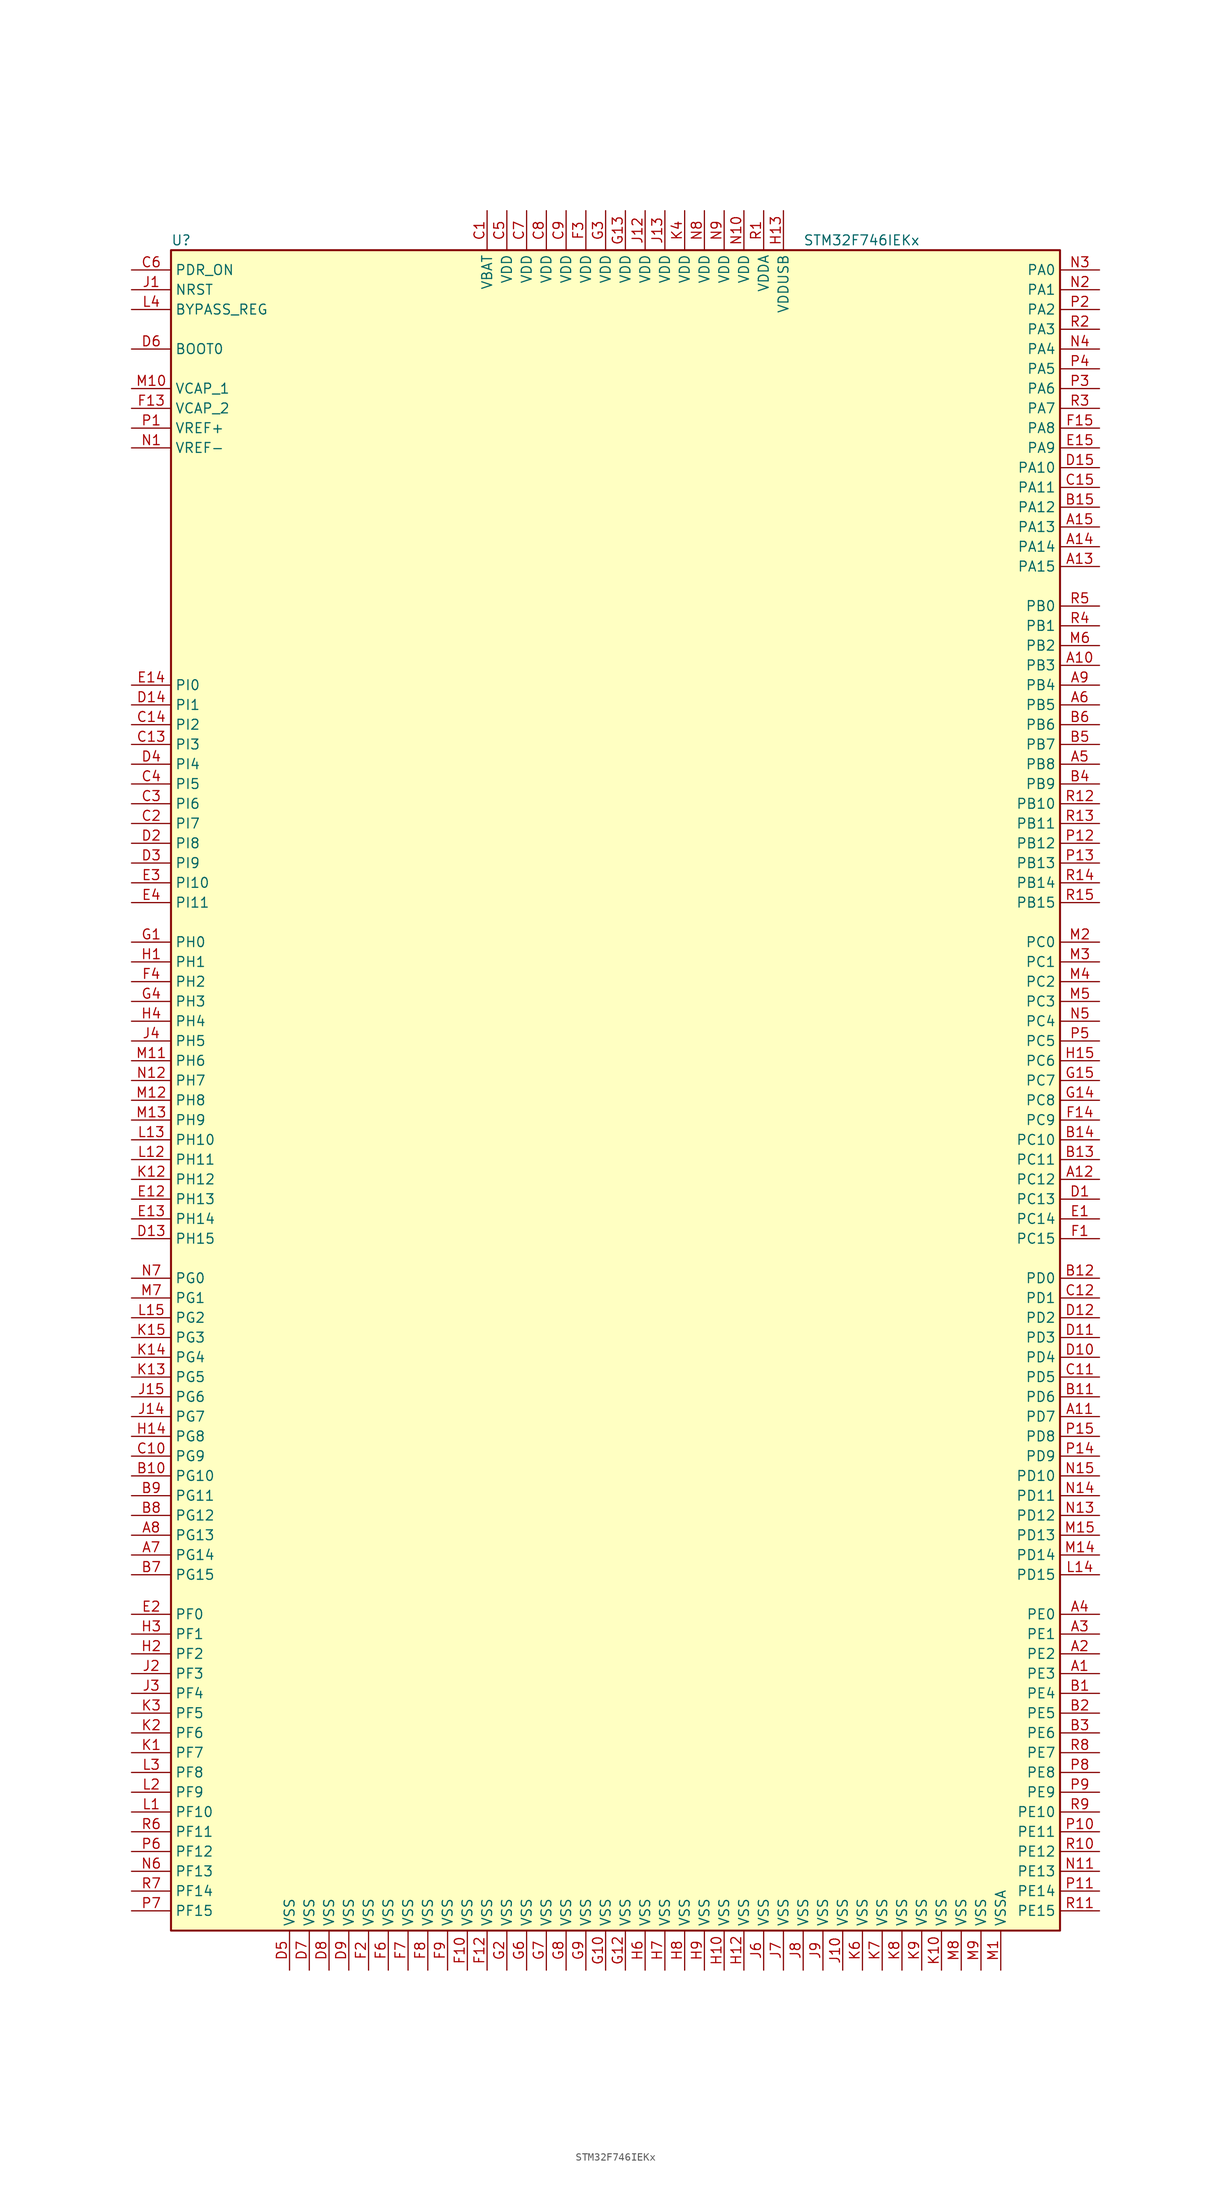
<source format=kicad_sym>
(kicad_symbol_lib
  (version 20211014)
  (generator kicad_symbol_editor)
  (symbol "STM32F746IEKx"
    (property "Reference" "U"
      (at -58.42 107.95 0)
      (effects (font (size 1.27 1.27)) (justify left)))
    (property "Value" "STM32F746IEKx"
      (at 22.86 107.95 0)
      (effects (font (size 1.27 1.27)) (justify left)))
    (symbol "STM32F746IEKx_0_1"
      (rectangle (start -58.42 -109.22) (end 55.88 106.68) (stroke (width 0.254) (type default) (color 0 0 0 0)) (fill (type background))))
    (symbol "STM32F746IEKx_1_1"
      (pin bidirectional line (at 60.96 -76.2 180) (length 5.08) (name "PE3" (effects (font (size 1.27 1.27)))) (number "A1" (effects (font (size 1.27 1.27)))))
      (pin bidirectional line (at 60.96 53.34 180) (length 5.08) (name "PB3" (effects (font (size 1.27 1.27)))) (number "A10" (effects (font (size 1.27 1.27)))))
      (pin bidirectional line (at 60.96 -43.18 180) (length 5.08) (name "PD7" (effects (font (size 1.27 1.27)))) (number "A11" (effects (font (size 1.27 1.27)))))
      (pin bidirectional line (at 60.96 -12.7 180) (length 5.08) (name "PC12" (effects (font (size 1.27 1.27)))) (number "A12" (effects (font (size 1.27 1.27)))))
      (pin bidirectional line (at 60.96 66.04 180) (length 5.08) (name "PA15" (effects (font (size 1.27 1.27)))) (number "A13" (effects (font (size 1.27 1.27)))))
      (pin bidirectional line (at 60.96 68.58 180) (length 5.08) (name "PA14" (effects (font (size 1.27 1.27)))) (number "A14" (effects (font (size 1.27 1.27)))))
      (pin bidirectional line (at 60.96 71.12 180) (length 5.08) (name "PA13" (effects (font (size 1.27 1.27)))) (number "A15" (effects (font (size 1.27 1.27)))))
      (pin bidirectional line (at 60.96 -73.66 180) (length 5.08) (name "PE2" (effects (font (size 1.27 1.27)))) (number "A2" (effects (font (size 1.27 1.27)))))
      (pin bidirectional line (at 60.96 -71.12 180) (length 5.08) (name "PE1" (effects (font (size 1.27 1.27)))) (number "A3" (effects (font (size 1.27 1.27)))))
      (pin bidirectional line (at 60.96 -68.58 180) (length 5.08) (name "PE0" (effects (font (size 1.27 1.27)))) (number "A4" (effects (font (size 1.27 1.27)))))
      (pin bidirectional line (at 60.96 40.64 180) (length 5.08) (name "PB8" (effects (font (size 1.27 1.27)))) (number "A5" (effects (font (size 1.27 1.27)))))
      (pin bidirectional line (at 60.96 48.26 180) (length 5.08) (name "PB5" (effects (font (size 1.27 1.27)))) (number "A6" (effects (font (size 1.27 1.27)))))
      (pin bidirectional line (at -63.5 -60.96 0) (length 5.08) (name "PG14" (effects (font (size 1.27 1.27)))) (number "A7" (effects (font (size 1.27 1.27)))))
      (pin bidirectional line (at -63.5 -58.42 0) (length 5.08) (name "PG13" (effects (font (size 1.27 1.27)))) (number "A8" (effects (font (size 1.27 1.27)))))
      (pin bidirectional line (at 60.96 50.8 180) (length 5.08) (name "PB4" (effects (font (size 1.27 1.27)))) (number "A9" (effects (font (size 1.27 1.27)))))
      (pin bidirectional line (at 60.96 -78.74 180) (length 5.08) (name "PE4" (effects (font (size 1.27 1.27)))) (number "B1" (effects (font (size 1.27 1.27)))))
      (pin bidirectional line (at -63.5 -50.8 0) (length 5.08) (name "PG10" (effects (font (size 1.27 1.27)))) (number "B10" (effects (font (size 1.27 1.27)))))
      (pin bidirectional line (at 60.96 -40.64 180) (length 5.08) (name "PD6" (effects (font (size 1.27 1.27)))) (number "B11" (effects (font (size 1.27 1.27)))))
      (pin bidirectional line (at 60.96 -25.4 180) (length 5.08) (name "PD0" (effects (font (size 1.27 1.27)))) (number "B12" (effects (font (size 1.27 1.27)))))
      (pin bidirectional line (at 60.96 -10.16 180) (length 5.08) (name "PC11" (effects (font (size 1.27 1.27)))) (number "B13" (effects (font (size 1.27 1.27)))))
      (pin bidirectional line (at 60.96 -7.62 180) (length 5.08) (name "PC10" (effects (font (size 1.27 1.27)))) (number "B14" (effects (font (size 1.27 1.27)))))
      (pin bidirectional line (at 60.96 73.66 180) (length 5.08) (name "PA12" (effects (font (size 1.27 1.27)))) (number "B15" (effects (font (size 1.27 1.27)))))
      (pin bidirectional line (at 60.96 -81.28 180) (length 5.08) (name "PE5" (effects (font (size 1.27 1.27)))) (number "B2" (effects (font (size 1.27 1.27)))))
      (pin bidirectional line (at 60.96 -83.82 180) (length 5.08) (name "PE6" (effects (font (size 1.27 1.27)))) (number "B3" (effects (font (size 1.27 1.27)))))
      (pin bidirectional line (at 60.96 38.1 180) (length 5.08) (name "PB9" (effects (font (size 1.27 1.27)))) (number "B4" (effects (font (size 1.27 1.27)))))
      (pin bidirectional line (at 60.96 43.18 180) (length 5.08) (name "PB7" (effects (font (size 1.27 1.27)))) (number "B5" (effects (font (size 1.27 1.27)))))
      (pin bidirectional line (at 60.96 45.72 180) (length 5.08) (name "PB6" (effects (font (size 1.27 1.27)))) (number "B6" (effects (font (size 1.27 1.27)))))
      (pin bidirectional line (at -63.5 -63.5 0) (length 5.08) (name "PG15" (effects (font (size 1.27 1.27)))) (number "B7" (effects (font (size 1.27 1.27)))))
      (pin bidirectional line (at -63.5 -55.88 0) (length 5.08) (name "PG12" (effects (font (size 1.27 1.27)))) (number "B8" (effects (font (size 1.27 1.27)))))
      (pin bidirectional line (at -63.5 -53.34 0) (length 5.08) (name "PG11" (effects (font (size 1.27 1.27)))) (number "B9" (effects (font (size 1.27 1.27)))))
      (pin power_in line (at -17.78 111.76 270) (length 5.08) (name "VBAT" (effects (font (size 1.27 1.27)))) (number "C1" (effects (font (size 1.27 1.27)))))
      (pin bidirectional line (at -63.5 -48.26 0) (length 5.08) (name "PG9" (effects (font (size 1.27 1.27)))) (number "C10" (effects (font (size 1.27 1.27)))))
      (pin bidirectional line (at 60.96 -38.1 180) (length 5.08) (name "PD5" (effects (font (size 1.27 1.27)))) (number "C11" (effects (font (size 1.27 1.27)))))
      (pin bidirectional line (at 60.96 -27.94 180) (length 5.08) (name "PD1" (effects (font (size 1.27 1.27)))) (number "C12" (effects (font (size 1.27 1.27)))))
      (pin bidirectional line (at -63.5 43.18 0) (length 5.08) (name "PI3" (effects (font (size 1.27 1.27)))) (number "C13" (effects (font (size 1.27 1.27)))))
      (pin bidirectional line (at -63.5 45.72 0) (length 5.08) (name "PI2" (effects (font (size 1.27 1.27)))) (number "C14" (effects (font (size 1.27 1.27)))))
      (pin bidirectional line (at 60.96 76.2 180) (length 5.08) (name "PA11" (effects (font (size 1.27 1.27)))) (number "C15" (effects (font (size 1.27 1.27)))))
      (pin bidirectional line (at -63.5 33.02 0) (length 5.08) (name "PI7" (effects (font (size 1.27 1.27)))) (number "C2" (effects (font (size 1.27 1.27)))))
      (pin bidirectional line (at -63.5 35.56 0) (length 5.08) (name "PI6" (effects (font (size 1.27 1.27)))) (number "C3" (effects (font (size 1.27 1.27)))))
      (pin bidirectional line (at -63.5 38.1 0) (length 5.08) (name "PI5" (effects (font (size 1.27 1.27)))) (number "C4" (effects (font (size 1.27 1.27)))))
      (pin power_in line (at -15.24 111.76 270) (length 5.08) (name "VDD" (effects (font (size 1.27 1.27)))) (number "C5" (effects (font (size 1.27 1.27)))))
      (pin input line (at -63.5 104.14 0) (length 5.08) (name "PDR_ON" (effects (font (size 1.27 1.27)))) (number "C6" (effects (font (size 1.27 1.27)))))
      (pin power_in line (at -12.7 111.76 270) (length 5.08) (name "VDD" (effects (font (size 1.27 1.27)))) (number "C7" (effects (font (size 1.27 1.27)))))
      (pin power_in line (at -10.16 111.76 270) (length 5.08) (name "VDD" (effects (font (size 1.27 1.27)))) (number "C8" (effects (font (size 1.27 1.27)))))
      (pin power_in line (at -7.62 111.76 270) (length 5.08) (name "VDD" (effects (font (size 1.27 1.27)))) (number "C9" (effects (font (size 1.27 1.27)))))
      (pin bidirectional line (at 60.96 -15.24 180) (length 5.08) (name "PC13" (effects (font (size 1.27 1.27)))) (number "D1" (effects (font (size 1.27 1.27)))))
      (pin bidirectional line (at 60.96 -35.56 180) (length 5.08) (name "PD4" (effects (font (size 1.27 1.27)))) (number "D10" (effects (font (size 1.27 1.27)))))
      (pin bidirectional line (at 60.96 -33.02 180) (length 5.08) (name "PD3" (effects (font (size 1.27 1.27)))) (number "D11" (effects (font (size 1.27 1.27)))))
      (pin bidirectional line (at 60.96 -30.48 180) (length 5.08) (name "PD2" (effects (font (size 1.27 1.27)))) (number "D12" (effects (font (size 1.27 1.27)))))
      (pin bidirectional line (at -63.5 -20.32 0) (length 5.08) (name "PH15" (effects (font (size 1.27 1.27)))) (number "D13" (effects (font (size 1.27 1.27)))))
      (pin bidirectional line (at -63.5 48.26 0) (length 5.08) (name "PI1" (effects (font (size 1.27 1.27)))) (number "D14" (effects (font (size 1.27 1.27)))))
      (pin bidirectional line (at 60.96 78.74 180) (length 5.08) (name "PA10" (effects (font (size 1.27 1.27)))) (number "D15" (effects (font (size 1.27 1.27)))))
      (pin bidirectional line (at -63.5 30.48 0) (length 5.08) (name "PI8" (effects (font (size 1.27 1.27)))) (number "D2" (effects (font (size 1.27 1.27)))))
      (pin bidirectional line (at -63.5 27.94 0) (length 5.08) (name "PI9" (effects (font (size 1.27 1.27)))) (number "D3" (effects (font (size 1.27 1.27)))))
      (pin bidirectional line (at -63.5 40.64 0) (length 5.08) (name "PI4" (effects (font (size 1.27 1.27)))) (number "D4" (effects (font (size 1.27 1.27)))))
      (pin power_in line (at -43.18 -114.3 90) (length 5.08) (name "VSS" (effects (font (size 1.27 1.27)))) (number "D5" (effects (font (size 1.27 1.27)))))
      (pin input line (at -63.5 93.98 0) (length 5.08) (name "BOOT0" (effects (font (size 1.27 1.27)))) (number "D6" (effects (font (size 1.27 1.27)))))
      (pin power_in line (at -40.64 -114.3 90) (length 5.08) (name "VSS" (effects (font (size 1.27 1.27)))) (number "D7" (effects (font (size 1.27 1.27)))))
      (pin power_in line (at -38.1 -114.3 90) (length 5.08) (name "VSS" (effects (font (size 1.27 1.27)))) (number "D8" (effects (font (size 1.27 1.27)))))
      (pin power_in line (at -35.56 -114.3 90) (length 5.08) (name "VSS" (effects (font (size 1.27 1.27)))) (number "D9" (effects (font (size 1.27 1.27)))))
      (pin bidirectional line (at 60.96 -17.78 180) (length 5.08) (name "PC14" (effects (font (size 1.27 1.27)))) (number "E1" (effects (font (size 1.27 1.27)))))
      (pin bidirectional line (at -63.5 -15.24 0) (length 5.08) (name "PH13" (effects (font (size 1.27 1.27)))) (number "E12" (effects (font (size 1.27 1.27)))))
      (pin bidirectional line (at -63.5 -17.78 0) (length 5.08) (name "PH14" (effects (font (size 1.27 1.27)))) (number "E13" (effects (font (size 1.27 1.27)))))
      (pin bidirectional line (at -63.5 50.8 0) (length 5.08) (name "PI0" (effects (font (size 1.27 1.27)))) (number "E14" (effects (font (size 1.27 1.27)))))
      (pin bidirectional line (at 60.96 81.28 180) (length 5.08) (name "PA9" (effects (font (size 1.27 1.27)))) (number "E15" (effects (font (size 1.27 1.27)))))
      (pin bidirectional line (at -63.5 -68.58 0) (length 5.08) (name "PF0" (effects (font (size 1.27 1.27)))) (number "E2" (effects (font (size 1.27 1.27)))))
      (pin bidirectional line (at -63.5 25.4 0) (length 5.08) (name "PI10" (effects (font (size 1.27 1.27)))) (number "E3" (effects (font (size 1.27 1.27)))))
      (pin bidirectional line (at -63.5 22.86 0) (length 5.08) (name "PI11" (effects (font (size 1.27 1.27)))) (number "E4" (effects (font (size 1.27 1.27)))))
      (pin bidirectional line (at 60.96 -20.32 180) (length 5.08) (name "PC15" (effects (font (size 1.27 1.27)))) (number "F1" (effects (font (size 1.27 1.27)))))
      (pin power_in line (at -20.32 -114.3 90) (length 5.08) (name "VSS" (effects (font (size 1.27 1.27)))) (number "F10" (effects (font (size 1.27 1.27)))))
      (pin power_in line (at -17.78 -114.3 90) (length 5.08) (name "VSS" (effects (font (size 1.27 1.27)))) (number "F12" (effects (font (size 1.27 1.27)))))
      (pin power_in line (at -63.5 86.36 0) (length 5.08) (name "VCAP_2" (effects (font (size 1.27 1.27)))) (number "F13" (effects (font (size 1.27 1.27)))))
      (pin bidirectional line (at 60.96 -5.08 180) (length 5.08) (name "PC9" (effects (font (size 1.27 1.27)))) (number "F14" (effects (font (size 1.27 1.27)))))
      (pin bidirectional line (at 60.96 83.82 180) (length 5.08) (name "PA8" (effects (font (size 1.27 1.27)))) (number "F15" (effects (font (size 1.27 1.27)))))
      (pin power_in line (at -33.02 -114.3 90) (length 5.08) (name "VSS" (effects (font (size 1.27 1.27)))) (number "F2" (effects (font (size 1.27 1.27)))))
      (pin power_in line (at -5.08 111.76 270) (length 5.08) (name "VDD" (effects (font (size 1.27 1.27)))) (number "F3" (effects (font (size 1.27 1.27)))))
      (pin bidirectional line (at -63.5 12.7 0) (length 5.08) (name "PH2" (effects (font (size 1.27 1.27)))) (number "F4" (effects (font (size 1.27 1.27)))))
      (pin power_in line (at -30.48 -114.3 90) (length 5.08) (name "VSS" (effects (font (size 1.27 1.27)))) (number "F6" (effects (font (size 1.27 1.27)))))
      (pin power_in line (at -27.94 -114.3 90) (length 5.08) (name "VSS" (effects (font (size 1.27 1.27)))) (number "F7" (effects (font (size 1.27 1.27)))))
      (pin power_in line (at -25.4 -114.3 90) (length 5.08) (name "VSS" (effects (font (size 1.27 1.27)))) (number "F8" (effects (font (size 1.27 1.27)))))
      (pin power_in line (at -22.86 -114.3 90) (length 5.08) (name "VSS" (effects (font (size 1.27 1.27)))) (number "F9" (effects (font (size 1.27 1.27)))))
      (pin input line (at -63.5 17.78 0) (length 5.08) (name "PH0" (effects (font (size 1.27 1.27)))) (number "G1" (effects (font (size 1.27 1.27)))))
      (pin power_in line (at -2.54 -114.3 90) (length 5.08) (name "VSS" (effects (font (size 1.27 1.27)))) (number "G10" (effects (font (size 1.27 1.27)))))
      (pin power_in line (at 0 -114.3 90) (length 5.08) (name "VSS" (effects (font (size 1.27 1.27)))) (number "G12" (effects (font (size 1.27 1.27)))))
      (pin power_in line (at 0 111.76 270) (length 5.08) (name "VDD" (effects (font (size 1.27 1.27)))) (number "G13" (effects (font (size 1.27 1.27)))))
      (pin bidirectional line (at 60.96 -2.54 180) (length 5.08) (name "PC8" (effects (font (size 1.27 1.27)))) (number "G14" (effects (font (size 1.27 1.27)))))
      (pin bidirectional line (at 60.96 0 180) (length 5.08) (name "PC7" (effects (font (size 1.27 1.27)))) (number "G15" (effects (font (size 1.27 1.27)))))
      (pin power_in line (at -15.24 -114.3 90) (length 5.08) (name "VSS" (effects (font (size 1.27 1.27)))) (number "G2" (effects (font (size 1.27 1.27)))))
      (pin power_in line (at -2.54 111.76 270) (length 5.08) (name "VDD" (effects (font (size 1.27 1.27)))) (number "G3" (effects (font (size 1.27 1.27)))))
      (pin bidirectional line (at -63.5 10.16 0) (length 5.08) (name "PH3" (effects (font (size 1.27 1.27)))) (number "G4" (effects (font (size 1.27 1.27)))))
      (pin power_in line (at -12.7 -114.3 90) (length 5.08) (name "VSS" (effects (font (size 1.27 1.27)))) (number "G6" (effects (font (size 1.27 1.27)))))
      (pin power_in line (at -10.16 -114.3 90) (length 5.08) (name "VSS" (effects (font (size 1.27 1.27)))) (number "G7" (effects (font (size 1.27 1.27)))))
      (pin power_in line (at -7.62 -114.3 90) (length 5.08) (name "VSS" (effects (font (size 1.27 1.27)))) (number "G8" (effects (font (size 1.27 1.27)))))
      (pin power_in line (at -5.08 -114.3 90) (length 5.08) (name "VSS" (effects (font (size 1.27 1.27)))) (number "G9" (effects (font (size 1.27 1.27)))))
      (pin input line (at -63.5 15.24 0) (length 5.08) (name "PH1" (effects (font (size 1.27 1.27)))) (number "H1" (effects (font (size 1.27 1.27)))))
      (pin power_in line (at 12.7 -114.3 90) (length 5.08) (name "VSS" (effects (font (size 1.27 1.27)))) (number "H10" (effects (font (size 1.27 1.27)))))
      (pin power_in line (at 15.24 -114.3 90) (length 5.08) (name "VSS" (effects (font (size 1.27 1.27)))) (number "H12" (effects (font (size 1.27 1.27)))))
      (pin power_in line (at 20.32 111.76 270) (length 5.08) (name "VDDUSB" (effects (font (size 1.27 1.27)))) (number "H13" (effects (font (size 1.27 1.27)))))
      (pin bidirectional line (at -63.5 -45.72 0) (length 5.08) (name "PG8" (effects (font (size 1.27 1.27)))) (number "H14" (effects (font (size 1.27 1.27)))))
      (pin bidirectional line (at 60.96 2.54 180) (length 5.08) (name "PC6" (effects (font (size 1.27 1.27)))) (number "H15" (effects (font (size 1.27 1.27)))))
      (pin bidirectional line (at -63.5 -73.66 0) (length 5.08) (name "PF2" (effects (font (size 1.27 1.27)))) (number "H2" (effects (font (size 1.27 1.27)))))
      (pin bidirectional line (at -63.5 -71.12 0) (length 5.08) (name "PF1" (effects (font (size 1.27 1.27)))) (number "H3" (effects (font (size 1.27 1.27)))))
      (pin bidirectional line (at -63.5 7.62 0) (length 5.08) (name "PH4" (effects (font (size 1.27 1.27)))) (number "H4" (effects (font (size 1.27 1.27)))))
      (pin power_in line (at 2.54 -114.3 90) (length 5.08) (name "VSS" (effects (font (size 1.27 1.27)))) (number "H6" (effects (font (size 1.27 1.27)))))
      (pin power_in line (at 5.08 -114.3 90) (length 5.08) (name "VSS" (effects (font (size 1.27 1.27)))) (number "H7" (effects (font (size 1.27 1.27)))))
      (pin power_in line (at 7.62 -114.3 90) (length 5.08) (name "VSS" (effects (font (size 1.27 1.27)))) (number "H8" (effects (font (size 1.27 1.27)))))
      (pin power_in line (at 10.16 -114.3 90) (length 5.08) (name "VSS" (effects (font (size 1.27 1.27)))) (number "H9" (effects (font (size 1.27 1.27)))))
      (pin input line (at -63.5 101.6 0) (length 5.08) (name "NRST" (effects (font (size 1.27 1.27)))) (number "J1" (effects (font (size 1.27 1.27)))))
      (pin power_in line (at 27.94 -114.3 90) (length 5.08) (name "VSS" (effects (font (size 1.27 1.27)))) (number "J10" (effects (font (size 1.27 1.27)))))
      (pin power_in line (at 2.54 111.76 270) (length 5.08) (name "VDD" (effects (font (size 1.27 1.27)))) (number "J12" (effects (font (size 1.27 1.27)))))
      (pin power_in line (at 5.08 111.76 270) (length 5.08) (name "VDD" (effects (font (size 1.27 1.27)))) (number "J13" (effects (font (size 1.27 1.27)))))
      (pin bidirectional line (at -63.5 -43.18 0) (length 5.08) (name "PG7" (effects (font (size 1.27 1.27)))) (number "J14" (effects (font (size 1.27 1.27)))))
      (pin bidirectional line (at -63.5 -40.64 0) (length 5.08) (name "PG6" (effects (font (size 1.27 1.27)))) (number "J15" (effects (font (size 1.27 1.27)))))
      (pin bidirectional line (at -63.5 -76.2 0) (length 5.08) (name "PF3" (effects (font (size 1.27 1.27)))) (number "J2" (effects (font (size 1.27 1.27)))))
      (pin bidirectional line (at -63.5 -78.74 0) (length 5.08) (name "PF4" (effects (font (size 1.27 1.27)))) (number "J3" (effects (font (size 1.27 1.27)))))
      (pin bidirectional line (at -63.5 5.08 0) (length 5.08) (name "PH5" (effects (font (size 1.27 1.27)))) (number "J4" (effects (font (size 1.27 1.27)))))
      (pin power_in line (at 17.78 -114.3 90) (length 5.08) (name "VSS" (effects (font (size 1.27 1.27)))) (number "J6" (effects (font (size 1.27 1.27)))))
      (pin power_in line (at 20.32 -114.3 90) (length 5.08) (name "VSS" (effects (font (size 1.27 1.27)))) (number "J7" (effects (font (size 1.27 1.27)))))
      (pin power_in line (at 22.86 -114.3 90) (length 5.08) (name "VSS" (effects (font (size 1.27 1.27)))) (number "J8" (effects (font (size 1.27 1.27)))))
      (pin power_in line (at 25.4 -114.3 90) (length 5.08) (name "VSS" (effects (font (size 1.27 1.27)))) (number "J9" (effects (font (size 1.27 1.27)))))
      (pin bidirectional line (at -63.5 -86.36 0) (length 5.08) (name "PF7" (effects (font (size 1.27 1.27)))) (number "K1" (effects (font (size 1.27 1.27)))))
      (pin power_in line (at 40.64 -114.3 90) (length 5.08) (name "VSS" (effects (font (size 1.27 1.27)))) (number "K10" (effects (font (size 1.27 1.27)))))
      (pin bidirectional line (at -63.5 -12.7 0) (length 5.08) (name "PH12" (effects (font (size 1.27 1.27)))) (number "K12" (effects (font (size 1.27 1.27)))))
      (pin bidirectional line (at -63.5 -38.1 0) (length 5.08) (name "PG5" (effects (font (size 1.27 1.27)))) (number "K13" (effects (font (size 1.27 1.27)))))
      (pin bidirectional line (at -63.5 -35.56 0) (length 5.08) (name "PG4" (effects (font (size 1.27 1.27)))) (number "K14" (effects (font (size 1.27 1.27)))))
      (pin bidirectional line (at -63.5 -33.02 0) (length 5.08) (name "PG3" (effects (font (size 1.27 1.27)))) (number "K15" (effects (font (size 1.27 1.27)))))
      (pin bidirectional line (at -63.5 -83.82 0) (length 5.08) (name "PF6" (effects (font (size 1.27 1.27)))) (number "K2" (effects (font (size 1.27 1.27)))))
      (pin bidirectional line (at -63.5 -81.28 0) (length 5.08) (name "PF5" (effects (font (size 1.27 1.27)))) (number "K3" (effects (font (size 1.27 1.27)))))
      (pin power_in line (at 7.62 111.76 270) (length 5.08) (name "VDD" (effects (font (size 1.27 1.27)))) (number "K4" (effects (font (size 1.27 1.27)))))
      (pin power_in line (at 30.48 -114.3 90) (length 5.08) (name "VSS" (effects (font (size 1.27 1.27)))) (number "K6" (effects (font (size 1.27 1.27)))))
      (pin power_in line (at 33.02 -114.3 90) (length 5.08) (name "VSS" (effects (font (size 1.27 1.27)))) (number "K7" (effects (font (size 1.27 1.27)))))
      (pin power_in line (at 35.56 -114.3 90) (length 5.08) (name "VSS" (effects (font (size 1.27 1.27)))) (number "K8" (effects (font (size 1.27 1.27)))))
      (pin power_in line (at 38.1 -114.3 90) (length 5.08) (name "VSS" (effects (font (size 1.27 1.27)))) (number "K9" (effects (font (size 1.27 1.27)))))
      (pin bidirectional line (at -63.5 -93.98 0) (length 5.08) (name "PF10" (effects (font (size 1.27 1.27)))) (number "L1" (effects (font (size 1.27 1.27)))))
      (pin bidirectional line (at -63.5 -10.16 0) (length 5.08) (name "PH11" (effects (font (size 1.27 1.27)))) (number "L12" (effects (font (size 1.27 1.27)))))
      (pin bidirectional line (at -63.5 -7.62 0) (length 5.08) (name "PH10" (effects (font (size 1.27 1.27)))) (number "L13" (effects (font (size 1.27 1.27)))))
      (pin bidirectional line (at 60.96 -63.5 180) (length 5.08) (name "PD15" (effects (font (size 1.27 1.27)))) (number "L14" (effects (font (size 1.27 1.27)))))
      (pin bidirectional line (at -63.5 -30.48 0) (length 5.08) (name "PG2" (effects (font (size 1.27 1.27)))) (number "L15" (effects (font (size 1.27 1.27)))))
      (pin bidirectional line (at -63.5 -91.44 0) (length 5.08) (name "PF9" (effects (font (size 1.27 1.27)))) (number "L2" (effects (font (size 1.27 1.27)))))
      (pin bidirectional line (at -63.5 -88.9 0) (length 5.08) (name "PF8" (effects (font (size 1.27 1.27)))) (number "L3" (effects (font (size 1.27 1.27)))))
      (pin input line (at -63.5 99.06 0) (length 5.08) (name "BYPASS_REG" (effects (font (size 1.27 1.27)))) (number "L4" (effects (font (size 1.27 1.27)))))
      (pin power_in line (at 48.26 -114.3 90) (length 5.08) (name "VSSA" (effects (font (size 1.27 1.27)))) (number "M1" (effects (font (size 1.27 1.27)))))
      (pin power_in line (at -63.5 88.9 0) (length 5.08) (name "VCAP_1" (effects (font (size 1.27 1.27)))) (number "M10" (effects (font (size 1.27 1.27)))))
      (pin bidirectional line (at -63.5 2.54 0) (length 5.08) (name "PH6" (effects (font (size 1.27 1.27)))) (number "M11" (effects (font (size 1.27 1.27)))))
      (pin bidirectional line (at -63.5 -2.54 0) (length 5.08) (name "PH8" (effects (font (size 1.27 1.27)))) (number "M12" (effects (font (size 1.27 1.27)))))
      (pin bidirectional line (at -63.5 -5.08 0) (length 5.08) (name "PH9" (effects (font (size 1.27 1.27)))) (number "M13" (effects (font (size 1.27 1.27)))))
      (pin bidirectional line (at 60.96 -60.96 180) (length 5.08) (name "PD14" (effects (font (size 1.27 1.27)))) (number "M14" (effects (font (size 1.27 1.27)))))
      (pin bidirectional line (at 60.96 -58.42 180) (length 5.08) (name "PD13" (effects (font (size 1.27 1.27)))) (number "M15" (effects (font (size 1.27 1.27)))))
      (pin bidirectional line (at 60.96 17.78 180) (length 5.08) (name "PC0" (effects (font (size 1.27 1.27)))) (number "M2" (effects (font (size 1.27 1.27)))))
      (pin bidirectional line (at 60.96 15.24 180) (length 5.08) (name "PC1" (effects (font (size 1.27 1.27)))) (number "M3" (effects (font (size 1.27 1.27)))))
      (pin bidirectional line (at 60.96 12.7 180) (length 5.08) (name "PC2" (effects (font (size 1.27 1.27)))) (number "M4" (effects (font (size 1.27 1.27)))))
      (pin bidirectional line (at 60.96 10.16 180) (length 5.08) (name "PC3" (effects (font (size 1.27 1.27)))) (number "M5" (effects (font (size 1.27 1.27)))))
      (pin bidirectional line (at 60.96 55.88 180) (length 5.08) (name "PB2" (effects (font (size 1.27 1.27)))) (number "M6" (effects (font (size 1.27 1.27)))))
      (pin bidirectional line (at -63.5 -27.94 0) (length 5.08) (name "PG1" (effects (font (size 1.27 1.27)))) (number "M7" (effects (font (size 1.27 1.27)))))
      (pin power_in line (at 43.18 -114.3 90) (length 5.08) (name "VSS" (effects (font (size 1.27 1.27)))) (number "M8" (effects (font (size 1.27 1.27)))))
      (pin power_in line (at 45.72 -114.3 90) (length 5.08) (name "VSS" (effects (font (size 1.27 1.27)))) (number "M9" (effects (font (size 1.27 1.27)))))
      (pin power_in line (at -63.5 81.28 0) (length 5.08) (name "VREF-" (effects (font (size 1.27 1.27)))) (number "N1" (effects (font (size 1.27 1.27)))))
      (pin power_in line (at 15.24 111.76 270) (length 5.08) (name "VDD" (effects (font (size 1.27 1.27)))) (number "N10" (effects (font (size 1.27 1.27)))))
      (pin bidirectional line (at 60.96 -101.6 180) (length 5.08) (name "PE13" (effects (font (size 1.27 1.27)))) (number "N11" (effects (font (size 1.27 1.27)))))
      (pin bidirectional line (at -63.5 0 0) (length 5.08) (name "PH7" (effects (font (size 1.27 1.27)))) (number "N12" (effects (font (size 1.27 1.27)))))
      (pin bidirectional line (at 60.96 -55.88 180) (length 5.08) (name "PD12" (effects (font (size 1.27 1.27)))) (number "N13" (effects (font (size 1.27 1.27)))))
      (pin bidirectional line (at 60.96 -53.34 180) (length 5.08) (name "PD11" (effects (font (size 1.27 1.27)))) (number "N14" (effects (font (size 1.27 1.27)))))
      (pin bidirectional line (at 60.96 -50.8 180) (length 5.08) (name "PD10" (effects (font (size 1.27 1.27)))) (number "N15" (effects (font (size 1.27 1.27)))))
      (pin bidirectional line (at 60.96 101.6 180) (length 5.08) (name "PA1" (effects (font (size 1.27 1.27)))) (number "N2" (effects (font (size 1.27 1.27)))))
      (pin bidirectional line (at 60.96 104.14 180) (length 5.08) (name "PA0" (effects (font (size 1.27 1.27)))) (number "N3" (effects (font (size 1.27 1.27)))))
      (pin bidirectional line (at 60.96 93.98 180) (length 5.08) (name "PA4" (effects (font (size 1.27 1.27)))) (number "N4" (effects (font (size 1.27 1.27)))))
      (pin bidirectional line (at 60.96 7.62 180) (length 5.08) (name "PC4" (effects (font (size 1.27 1.27)))) (number "N5" (effects (font (size 1.27 1.27)))))
      (pin bidirectional line (at -63.5 -101.6 0) (length 5.08) (name "PF13" (effects (font (size 1.27 1.27)))) (number "N6" (effects (font (size 1.27 1.27)))))
      (pin bidirectional line (at -63.5 -25.4 0) (length 5.08) (name "PG0" (effects (font (size 1.27 1.27)))) (number "N7" (effects (font (size 1.27 1.27)))))
      (pin power_in line (at 10.16 111.76 270) (length 5.08) (name "VDD" (effects (font (size 1.27 1.27)))) (number "N8" (effects (font (size 1.27 1.27)))))
      (pin power_in line (at 12.7 111.76 270) (length 5.08) (name "VDD" (effects (font (size 1.27 1.27)))) (number "N9" (effects (font (size 1.27 1.27)))))
      (pin power_in line (at -63.5 83.82 0) (length 5.08) (name "VREF+" (effects (font (size 1.27 1.27)))) (number "P1" (effects (font (size 1.27 1.27)))))
      (pin bidirectional line (at 60.96 -96.52 180) (length 5.08) (name "PE11" (effects (font (size 1.27 1.27)))) (number "P10" (effects (font (size 1.27 1.27)))))
      (pin bidirectional line (at 60.96 -104.14 180) (length 5.08) (name "PE14" (effects (font (size 1.27 1.27)))) (number "P11" (effects (font (size 1.27 1.27)))))
      (pin bidirectional line (at 60.96 30.48 180) (length 5.08) (name "PB12" (effects (font (size 1.27 1.27)))) (number "P12" (effects (font (size 1.27 1.27)))))
      (pin bidirectional line (at 60.96 27.94 180) (length 5.08) (name "PB13" (effects (font (size 1.27 1.27)))) (number "P13" (effects (font (size 1.27 1.27)))))
      (pin bidirectional line (at 60.96 -48.26 180) (length 5.08) (name "PD9" (effects (font (size 1.27 1.27)))) (number "P14" (effects (font (size 1.27 1.27)))))
      (pin bidirectional line (at 60.96 -45.72 180) (length 5.08) (name "PD8" (effects (font (size 1.27 1.27)))) (number "P15" (effects (font (size 1.27 1.27)))))
      (pin bidirectional line (at 60.96 99.06 180) (length 5.08) (name "PA2" (effects (font (size 1.27 1.27)))) (number "P2" (effects (font (size 1.27 1.27)))))
      (pin bidirectional line (at 60.96 88.9 180) (length 5.08) (name "PA6" (effects (font (size 1.27 1.27)))) (number "P3" (effects (font (size 1.27 1.27)))))
      (pin bidirectional line (at 60.96 91.44 180) (length 5.08) (name "PA5" (effects (font (size 1.27 1.27)))) (number "P4" (effects (font (size 1.27 1.27)))))
      (pin bidirectional line (at 60.96 5.08 180) (length 5.08) (name "PC5" (effects (font (size 1.27 1.27)))) (number "P5" (effects (font (size 1.27 1.27)))))
      (pin bidirectional line (at -63.5 -99.06 0) (length 5.08) (name "PF12" (effects (font (size 1.27 1.27)))) (number "P6" (effects (font (size 1.27 1.27)))))
      (pin bidirectional line (at -63.5 -106.68 0) (length 5.08) (name "PF15" (effects (font (size 1.27 1.27)))) (number "P7" (effects (font (size 1.27 1.27)))))
      (pin bidirectional line (at 60.96 -88.9 180) (length 5.08) (name "PE8" (effects (font (size 1.27 1.27)))) (number "P8" (effects (font (size 1.27 1.27)))))
      (pin bidirectional line (at 60.96 -91.44 180) (length 5.08) (name "PE9" (effects (font (size 1.27 1.27)))) (number "P9" (effects (font (size 1.27 1.27)))))
      (pin power_in line (at 17.78 111.76 270) (length 5.08) (name "VDDA" (effects (font (size 1.27 1.27)))) (number "R1" (effects (font (size 1.27 1.27)))))
      (pin bidirectional line (at 60.96 -99.06 180) (length 5.08) (name "PE12" (effects (font (size 1.27 1.27)))) (number "R10" (effects (font (size 1.27 1.27)))))
      (pin bidirectional line (at 60.96 -106.68 180) (length 5.08) (name "PE15" (effects (font (size 1.27 1.27)))) (number "R11" (effects (font (size 1.27 1.27)))))
      (pin bidirectional line (at 60.96 35.56 180) (length 5.08) (name "PB10" (effects (font (size 1.27 1.27)))) (number "R12" (effects (font (size 1.27 1.27)))))
      (pin bidirectional line (at 60.96 33.02 180) (length 5.08) (name "PB11" (effects (font (size 1.27 1.27)))) (number "R13" (effects (font (size 1.27 1.27)))))
      (pin bidirectional line (at 60.96 25.4 180) (length 5.08) (name "PB14" (effects (font (size 1.27 1.27)))) (number "R14" (effects (font (size 1.27 1.27)))))
      (pin bidirectional line (at 60.96 22.86 180) (length 5.08) (name "PB15" (effects (font (size 1.27 1.27)))) (number "R15" (effects (font (size 1.27 1.27)))))
      (pin bidirectional line (at 60.96 96.52 180) (length 5.08) (name "PA3" (effects (font (size 1.27 1.27)))) (number "R2" (effects (font (size 1.27 1.27)))))
      (pin bidirectional line (at 60.96 86.36 180) (length 5.08) (name "PA7" (effects (font (size 1.27 1.27)))) (number "R3" (effects (font (size 1.27 1.27)))))
      (pin bidirectional line (at 60.96 58.42 180) (length 5.08) (name "PB1" (effects (font (size 1.27 1.27)))) (number "R4" (effects (font (size 1.27 1.27)))))
      (pin bidirectional line (at 60.96 60.96 180) (length 5.08) (name "PB0" (effects (font (size 1.27 1.27)))) (number "R5" (effects (font (size 1.27 1.27)))))
      (pin bidirectional line (at -63.5 -96.52 0) (length 5.08) (name "PF11" (effects (font (size 1.27 1.27)))) (number "R6" (effects (font (size 1.27 1.27)))))
      (pin bidirectional line (at -63.5 -104.14 0) (length 5.08) (name "PF14" (effects (font (size 1.27 1.27)))) (number "R7" (effects (font (size 1.27 1.27)))))
      (pin bidirectional line (at 60.96 -86.36 180) (length 5.08) (name "PE7" (effects (font (size 1.27 1.27)))) (number "R8" (effects (font (size 1.27 1.27)))))
      (pin bidirectional line (at 60.96 -93.98 180) (length 5.08) (name "PE10" (effects (font (size 1.27 1.27)))) (number "R9" (effects (font (size 1.27 1.27))))))))
</source>
